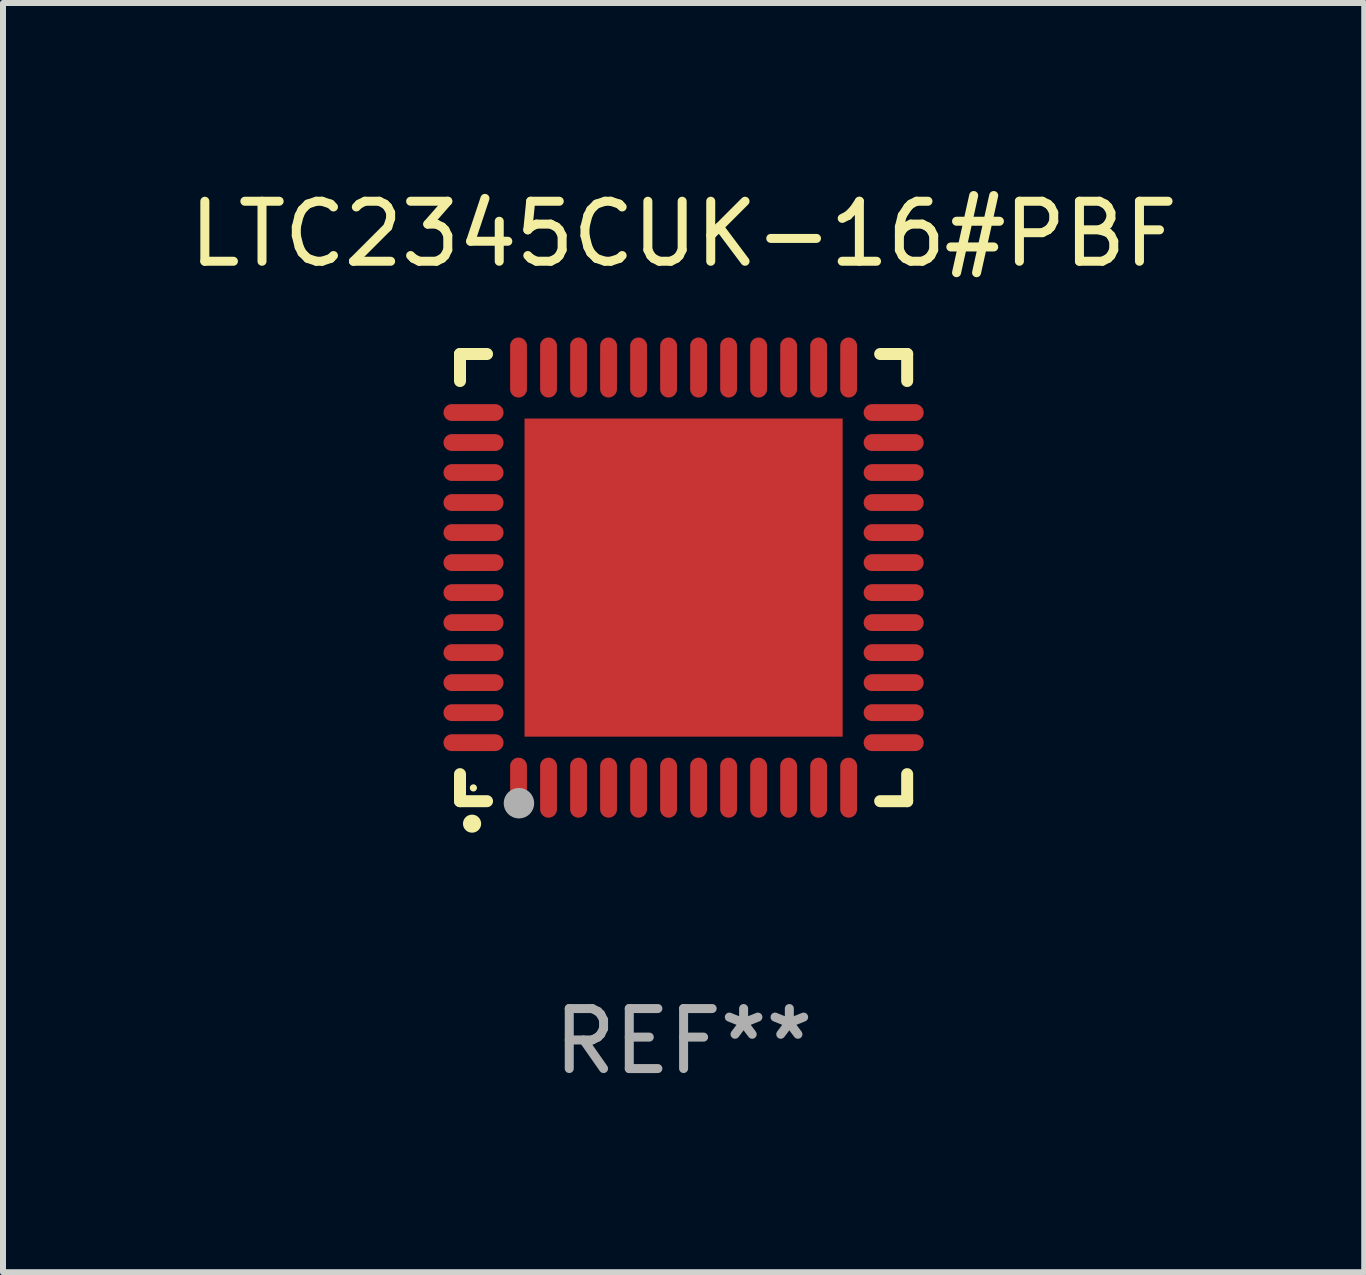
<source format=kicad_pcb>
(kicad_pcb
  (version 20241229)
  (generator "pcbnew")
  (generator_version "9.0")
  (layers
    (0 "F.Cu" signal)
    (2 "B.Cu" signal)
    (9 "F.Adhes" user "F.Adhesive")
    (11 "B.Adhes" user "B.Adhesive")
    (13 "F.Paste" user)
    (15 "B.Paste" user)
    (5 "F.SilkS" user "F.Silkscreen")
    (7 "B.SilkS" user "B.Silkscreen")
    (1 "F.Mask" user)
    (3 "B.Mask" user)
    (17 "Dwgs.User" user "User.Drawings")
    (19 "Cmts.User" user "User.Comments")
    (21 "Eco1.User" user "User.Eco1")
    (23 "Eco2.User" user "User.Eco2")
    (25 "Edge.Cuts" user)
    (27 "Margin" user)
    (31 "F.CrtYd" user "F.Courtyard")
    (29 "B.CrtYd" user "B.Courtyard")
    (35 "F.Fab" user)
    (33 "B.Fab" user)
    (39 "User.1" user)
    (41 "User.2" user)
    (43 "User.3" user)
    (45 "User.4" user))
  (footprint "LTC2345CUK-16#PBF"
    (layer "F.Cu")
    (at 8.339 6.573)
    (property "Reference" "LTC2345CUK-16#PBF" (at 0 -5.725 0) (layer "F.SilkS") (effects (font (size 1 1) (thickness 0.15))))
    (attr through_hole)
    (fp_line (start -3.725 -3.725) (end -3.275 -3.725) (stroke (width 0.2) (type solid)) (layer "F.SilkS"))
    (fp_line (start -3.725 -3.275) (end -3.725 -3.725) (stroke (width 0.2) (type solid)) (layer "F.SilkS"))
    (fp_line (start -3.725 3.725) (end -3.725 3.275) (stroke (width 0.2) (type solid)) (layer "F.SilkS"))
    (fp_line (start -3.275 3.725) (end -3.725 3.725) (stroke (width 0.2) (type solid)) (layer "F.SilkS"))
    (fp_line (start 3.275 3.725) (end 3.725 3.725) (stroke (width 0.2) (type solid)) (layer "F.SilkS"))
    (fp_line (start 3.725 -3.725) (end 3.275 -3.725) (stroke (width 0.2) (type solid)) (layer "F.SilkS"))
    (fp_line (start 3.725 -3.275) (end 3.725 -3.725) (stroke (width 0.2) (type solid)) (layer "F.SilkS"))
    (fp_line (start 3.725 3.725) (end 3.725 3.275) (stroke (width 0.2) (type solid)) (layer "F.SilkS"))
    (fp_arc (start -3.525527 4.099568) (mid -3.524257 4.099563) (end -3.522987 4.099568) (stroke (width 0.3) (type solid)) (layer "F.SilkS"))
    (fp_circle (center -3.502 3.504) (end -3.472 3.504) (stroke (width 0.06) (type solid)) (fill no) (layer "F.SilkS"))
    (fp_circle (center -2.743 3.759) (end -2.616 3.759) (stroke (width 0.254) (type solid)) (fill no) (layer "F.Fab"))
    (fp_text user "REF**" (at 0 7.725 0) (layer "F.Fab") (effects (font (size 1 1) (thickness 0.15))))
    (pad "1" smd oval (at -2.75 3.5) (size 0.28 1) (layers "F.Cu" "F.Mask" "F.Paste"))
    (pad "2" smd oval (at -2.25 3.5) (size 0.28 1) (layers "F.Cu" "F.Mask" "F.Paste"))
    (pad "3" smd oval (at -1.75 3.5) (size 0.28 1) (layers "F.Cu" "F.Mask" "F.Paste"))
    (pad "4" smd oval (at -1.25 3.5) (size 0.28 1) (layers "F.Cu" "F.Mask" "F.Paste"))
    (pad "5" smd oval (at -0.75 3.5) (size 0.28 1) (layers "F.Cu" "F.Mask" "F.Paste"))
    (pad "6" smd oval (at -0.25 3.5) (size 0.28 1) (layers "F.Cu" "F.Mask" "F.Paste"))
    (pad "7" smd oval (at 0.25 3.5) (size 0.28 1) (layers "F.Cu" "F.Mask" "F.Paste"))
    (pad "8" smd oval (at 0.75 3.5) (size 0.28 1) (layers "F.Cu" "F.Mask" "F.Paste"))
    (pad "9" smd oval (at 1.25 3.5) (size 0.28 1) (layers "F.Cu" "F.Mask" "F.Paste"))
    (pad "10" smd oval (at 1.75 3.5) (size 0.28 1) (layers "F.Cu" "F.Mask" "F.Paste"))
    (pad "11" smd oval (at 2.25 3.5) (size 0.28 1) (layers "F.Cu" "F.Mask" "F.Paste"))
    (pad "12" smd oval (at 2.75 3.5) (size 0.28 1) (layers "F.Cu" "F.Mask" "F.Paste"))
    (pad "13" smd oval (at 3.5 2.75) (size 1 0.28) (layers "F.Cu" "F.Mask" "F.Paste"))
    (pad "14" smd oval (at 3.5 2.25) (size 1 0.28) (layers "F.Cu" "F.Mask" "F.Paste"))
    (pad "15" smd oval (at 3.5 1.75) (size 1 0.28) (layers "F.Cu" "F.Mask" "F.Paste"))
    (pad "16" smd oval (at 3.5 1.25) (size 1 0.28) (layers "F.Cu" "F.Mask" "F.Paste"))
    (pad "17" smd oval (at 3.5 0.75) (size 1 0.28) (layers "F.Cu" "F.Mask" "F.Paste"))
    (pad "18" smd oval (at 3.5 0.25) (size 1 0.28) (layers "F.Cu" "F.Mask" "F.Paste"))
    (pad "19" smd oval (at 3.5 -0.25) (size 1 0.28) (layers "F.Cu" "F.Mask" "F.Paste"))
    (pad "20" smd oval (at 3.5 -0.75) (size 1 0.28) (layers "F.Cu" "F.Mask" "F.Paste"))
    (pad "21" smd oval (at 3.5 -1.25) (size 1 0.28) (layers "F.Cu" "F.Mask" "F.Paste"))
    (pad "22" smd oval (at 3.5 -1.75) (size 1 0.28) (layers "F.Cu" "F.Mask" "F.Paste"))
    (pad "23" smd oval (at 3.5 -2.25) (size 1 0.28) (layers "F.Cu" "F.Mask" "F.Paste"))
    (pad "24" smd oval (at 3.5 -2.75) (size 1 0.28) (layers "F.Cu" "F.Mask" "F.Paste"))
    (pad "25" smd oval (at 2.75 -3.5) (size 0.28 1) (layers "F.Cu" "F.Mask" "F.Paste"))
    (pad "26" smd oval (at 2.25 -3.5) (size 0.28 1) (layers "F.Cu" "F.Mask" "F.Paste"))
    (pad "27" smd oval (at 1.75 -3.5) (size 0.28 1) (layers "F.Cu" "F.Mask" "F.Paste"))
    (pad "28" smd oval (at 1.25 -3.5) (size 0.28 1) (layers "F.Cu" "F.Mask" "F.Paste"))
    (pad "29" smd oval (at 0.75 -3.5) (size 0.28 1) (layers "F.Cu" "F.Mask" "F.Paste"))
    (pad "30" smd oval (at 0.25 -3.5) (size 0.28 1) (layers "F.Cu" "F.Mask" "F.Paste"))
    (pad "31" smd oval (at -0.25 -3.5) (size 0.28 1) (layers "F.Cu" "F.Mask" "F.Paste"))
    (pad "32" smd oval (at -0.75 -3.5) (size 0.28 1) (layers "F.Cu" "F.Mask" "F.Paste"))
    (pad "33" smd oval (at -1.25 -3.5) (size 0.28 1) (layers "F.Cu" "F.Mask" "F.Paste"))
    (pad "34" smd oval (at -1.75 -3.5) (size 0.28 1) (layers "F.Cu" "F.Mask" "F.Paste"))
    (pad "35" smd oval (at -2.25 -3.5) (size 0.28 1) (layers "F.Cu" "F.Mask" "F.Paste"))
    (pad "36" smd oval (at -2.75 -3.5) (size 0.28 1) (layers "F.Cu" "F.Mask" "F.Paste"))
    (pad "37" smd oval (at -3.5 -2.75) (size 1 0.28) (layers "F.Cu" "F.Mask" "F.Paste"))
    (pad "38" smd oval (at -3.5 -2.25) (size 1 0.28) (layers "F.Cu" "F.Mask" "F.Paste"))
    (pad "39" smd oval (at -3.5 -1.75) (size 1 0.28) (layers "F.Cu" "F.Mask" "F.Paste"))
    (pad "40" smd oval (at -3.5 -1.25) (size 1 0.28) (layers "F.Cu" "F.Mask" "F.Paste"))
    (pad "41" smd oval (at -3.5 -0.75) (size 1 0.28) (layers "F.Cu" "F.Mask" "F.Paste"))
    (pad "42" smd oval (at -3.5 -0.25) (size 1 0.28) (layers "F.Cu" "F.Mask" "F.Paste"))
    (pad "43" smd oval (at -3.5 0.25) (size 1 0.28) (layers "F.Cu" "F.Mask" "F.Paste"))
    (pad "44" smd oval (at -3.5 0.75) (size 1 0.28) (layers "F.Cu" "F.Mask" "F.Paste"))
    (pad "45" smd oval (at -3.5 1.25) (size 1 0.28) (layers "F.Cu" "F.Mask" "F.Paste"))
    (pad "46" smd oval (at -3.5 1.75) (size 1 0.28) (layers "F.Cu" "F.Mask" "F.Paste"))
    (pad "47" smd oval (at -3.5 2.25) (size 1 0.28) (layers "F.Cu" "F.Mask" "F.Paste"))
    (pad "48" smd oval (at -3.5 2.75) (size 1 0.28) (layers "F.Cu" "F.Mask" "F.Paste"))
    (pad "49" smd rect (at 0 0) (size 5.3 5.3) (layers "F.Cu" "F.Mask" "F.Paste")))
  (gr_rect
    (start -3 -3)
    (end 19.679 18.146)
    (stroke (width 0.1) (type default))
    (fill no)
    (layer "Edge.Cuts")))
</source>
